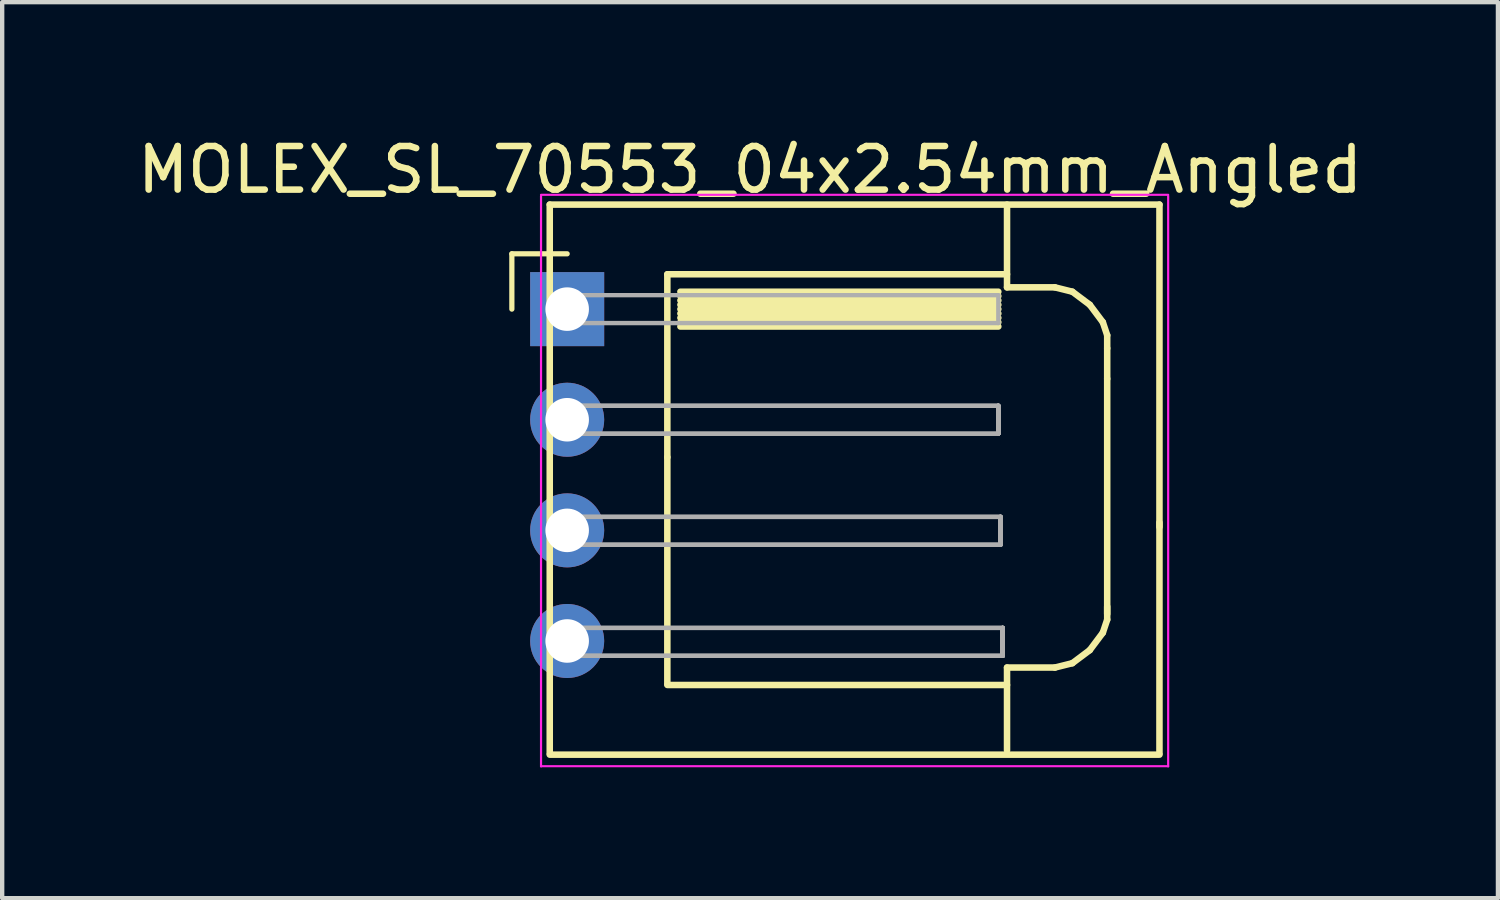
<source format=kicad_pcb>
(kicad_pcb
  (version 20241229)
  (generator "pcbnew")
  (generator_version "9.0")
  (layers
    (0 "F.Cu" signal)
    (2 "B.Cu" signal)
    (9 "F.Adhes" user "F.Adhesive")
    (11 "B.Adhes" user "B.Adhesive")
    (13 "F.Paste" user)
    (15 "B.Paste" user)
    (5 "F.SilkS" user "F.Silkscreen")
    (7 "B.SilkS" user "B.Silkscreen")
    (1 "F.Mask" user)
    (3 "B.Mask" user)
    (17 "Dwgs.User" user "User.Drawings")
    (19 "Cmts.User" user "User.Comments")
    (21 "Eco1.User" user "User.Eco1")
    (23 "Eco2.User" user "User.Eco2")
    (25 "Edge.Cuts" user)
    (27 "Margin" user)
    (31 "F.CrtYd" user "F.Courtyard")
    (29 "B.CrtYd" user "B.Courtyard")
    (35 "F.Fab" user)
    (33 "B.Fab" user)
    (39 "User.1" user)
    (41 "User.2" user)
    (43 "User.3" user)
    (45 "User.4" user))
  (footprint "MOLEX_SL_70553_04x2.54mm_Angled"
    (layer "F.Cu")
    (at 9.973 4.048)
    (property "Reference" "MOLEX_SL_70553_04x2.54mm_Angled" (at 4.2 -3.2 0) (layer "F.SilkS") (effects (font (size 1 1) (thickness 0.15))))
    (attr through_hole)
    (fp_line (start -1.27 -1.27) (end 0 -1.27) (stroke (width 0.12) (type solid)) (layer "F.SilkS"))
    (fp_line (start -1.27 0) (end -1.27 -1.27) (stroke (width 0.12) (type solid)) (layer "F.SilkS"))
    (fp_line (start -0.4 -2.4) (end 13.6 -2.4) (stroke (width 0.15) (type solid)) (layer "F.SilkS"))
    (fp_line (start -0.4 5) (end -0.4 -2.4) (stroke (width 0.15) (type solid)) (layer "F.SilkS"))
    (fp_line (start -0.4 5) (end -0.4 10.2) (stroke (width 0.15) (type solid)) (layer "F.SilkS"))
    (fp_line (start 2.3 -0.8) (end 2.3 3.4) (stroke (width 0.15) (type solid)) (layer "F.SilkS"))
    (fp_line (start 2.3 3.4) (end 2.3 8.6) (stroke (width 0.15) (type solid)) (layer "F.SilkS"))
    (fp_line (start 2.3 8.63) (end 10.1 8.63) (stroke (width 0.15) (type solid)) (layer "F.SilkS"))
    (fp_line (start 2.6 -0.4) (end 9.9 -0.4) (stroke (width 0.15) (type solid)) (layer "F.SilkS"))
    (fp_line (start 2.6 -0.2) (end 9.9 -0.2) (stroke (width 0.15) (type solid)) (layer "F.SilkS"))
    (fp_line (start 2.6 0.1) (end 9.9 0.1) (stroke (width 0.15) (type solid)) (layer "F.SilkS"))
    (fp_line (start 2.6 0.3) (end 9.9 0.3) (stroke (width 0.15) (type solid)) (layer "F.SilkS"))
    (fp_line (start 9.9 -0.3) (end 2.6 -0.3) (stroke (width 0.15) (type solid)) (layer "F.SilkS"))
    (fp_line (start 9.9 -0.1) (end 2.6 -0.1) (stroke (width 0.15) (type solid)) (layer "F.SilkS"))
    (fp_line (start 9.9 0) (end 2.6 0) (stroke (width 0.15) (type solid)) (layer "F.SilkS"))
    (fp_line (start 9.9 0.2) (end 2.6 0.2) (stroke (width 0.15) (type solid)) (layer "F.SilkS"))
    (fp_line (start 9.9 0.4) (end 2.6 0.4) (stroke (width 0.15) (type solid)) (layer "F.SilkS"))
    (fp_line (start 10.1 -2.4) (end 10.1 -0.5) (stroke (width 0.15) (type solid)) (layer "F.SilkS"))
    (fp_line (start 10.1 -0.8) (end 2.3 -0.8) (stroke (width 0.15) (type solid)) (layer "F.SilkS"))
    (fp_line (start 10.1 -0.5) (end 11.2 -0.5) (stroke (width 0.15) (type solid)) (layer "F.SilkS"))
    (fp_line (start 10.1 8.23) (end 11.2 8.23) (stroke (width 0.15) (type solid)) (layer "F.SilkS"))
    (fp_line (start 10.1 10.13) (end 10.1 8.23) (stroke (width 0.15) (type solid)) (layer "F.SilkS"))
    (fp_line (start 11.2 -0.5) (end 11.6 -0.4) (stroke (width 0.15) (type solid)) (layer "F.SilkS"))
    (fp_line (start 11.2 8.23) (end 11.6 8.13) (stroke (width 0.15) (type solid)) (layer "F.SilkS"))
    (fp_line (start 11.6 -0.4) (end 12 -0.1) (stroke (width 0.15) (type solid)) (layer "F.SilkS"))
    (fp_line (start 11.6 8.13) (end 12 7.83) (stroke (width 0.15) (type solid)) (layer "F.SilkS"))
    (fp_line (start 12 -0.1) (end 12.3 0.3) (stroke (width 0.15) (type solid)) (layer "F.SilkS"))
    (fp_line (start 12 7.83) (end 12.3 7.43) (stroke (width 0.15) (type solid)) (layer "F.SilkS"))
    (fp_line (start 12.3 0.3) (end 12.4 0.6) (stroke (width 0.15) (type solid)) (layer "F.SilkS"))
    (fp_line (start 12.3 7.43) (end 12.4 7.13) (stroke (width 0.15) (type solid)) (layer "F.SilkS"))
    (fp_line (start 12.4 0.6) (end 12.4 0.9) (stroke (width 0.15) (type solid)) (layer "F.SilkS"))
    (fp_line (start 12.4 1.6) (end 12.4 0.9) (stroke (width 0.15) (type solid)) (layer "F.SilkS"))
    (fp_line (start 12.4 7) (end 12.4 1.6) (stroke (width 0.15) (type solid)) (layer "F.SilkS"))
    (fp_line (start 12.4 7.13) (end 12.4 6.83) (stroke (width 0.15) (type solid)) (layer "F.SilkS"))
    (fp_line (start 13.6 -2.4) (end 13.6 5) (stroke (width 0.15) (type solid)) (layer "F.SilkS"))
    (fp_line (start 13.6 4.9) (end 13.6 10.2) (stroke (width 0.15) (type solid)) (layer "F.SilkS"))
    (fp_line (start 13.6 10.23) (end -0.4 10.23) (stroke (width 0.15) (type solid)) (layer "F.SilkS"))
    (fp_line (start -0.6 -2.625) (end 13.8 -2.625) (stroke (width 0.05) (type solid)) (layer "F.CrtYd"))
    (fp_line (start -0.6 -2.6) (end -0.6 10.5) (stroke (width 0.05) (type solid)) (layer "F.CrtYd"))
    (fp_line (start -0.6 10.495) (end 13.8 10.495) (stroke (width 0.05) (type solid)) (layer "F.CrtYd"))
    (fp_line (start 13.8 -2.6) (end 13.8 10.5) (stroke (width 0.05) (type solid)) (layer "F.CrtYd"))
    (fp_line (start 0 -0.32) (end 0 0.32) (stroke (width 0.1) (type solid)) (layer "F.Fab"))
    (fp_line (start 0 0.32) (end 9.9 0.32) (stroke (width 0.1) (type solid)) (layer "F.Fab"))
    (fp_line (start 0 2.22) (end 0 2.86) (stroke (width 0.1) (type solid)) (layer "F.Fab"))
    (fp_line (start 0 2.22) (end 0 2.86) (stroke (width 0.1) (type solid)) (layer "F.Fab"))
    (fp_line (start 0 2.86) (end 9.9 2.86) (stroke (width 0.1) (type solid)) (layer "F.Fab"))
    (fp_line (start 0 2.86) (end 9.9 2.86) (stroke (width 0.1) (type solid)) (layer "F.Fab"))
    (fp_line (start 0.05 4.77) (end 0.05 5.41) (stroke (width 0.1) (type solid)) (layer "F.Fab"))
    (fp_line (start 0.05 4.77) (end 0.05 5.41) (stroke (width 0.1) (type solid)) (layer "F.Fab"))
    (fp_line (start 0.05 5.41) (end 9.95 5.41) (stroke (width 0.1) (type solid)) (layer "F.Fab"))
    (fp_line (start 0.05 5.41) (end 9.95 5.41) (stroke (width 0.1) (type solid)) (layer "F.Fab"))
    (fp_line (start 0.1 7.32) (end 0.1 7.96) (stroke (width 0.1) (type solid)) (layer "F.Fab"))
    (fp_line (start 0.1 7.32) (end 0.1 7.96) (stroke (width 0.1) (type solid)) (layer "F.Fab"))
    (fp_line (start 0.1 7.96) (end 10 7.96) (stroke (width 0.1) (type solid)) (layer "F.Fab"))
    (fp_line (start 0.1 7.96) (end 10 7.96) (stroke (width 0.1) (type solid)) (layer "F.Fab"))
    (fp_line (start 9.9 -0.32) (end 0 -0.32) (stroke (width 0.1) (type solid)) (layer "F.Fab"))
    (fp_line (start 9.9 0.32) (end 9.9 -0.32) (stroke (width 0.1) (type solid)) (layer "F.Fab"))
    (fp_line (start 9.9 2.22) (end 0 2.22) (stroke (width 0.1) (type solid)) (layer "F.Fab"))
    (fp_line (start 9.9 2.22) (end 0 2.22) (stroke (width 0.1) (type solid)) (layer "F.Fab"))
    (fp_line (start 9.9 2.86) (end 9.9 2.22) (stroke (width 0.1) (type solid)) (layer "F.Fab"))
    (fp_line (start 9.9 2.86) (end 9.9 2.22) (stroke (width 0.1) (type solid)) (layer "F.Fab"))
    (fp_line (start 9.9 2.86) (end 9.9 2.22) (stroke (width 0.1) (type solid)) (layer "F.Fab"))
    (fp_line (start 9.9 2.86) (end 9.9 2.22) (stroke (width 0.1) (type solid)) (layer "F.Fab"))
    (fp_line (start 9.9 2.86) (end 9.9 2.22) (stroke (width 0.1) (type solid)) (layer "F.Fab"))
    (fp_line (start 9.9 2.86) (end 9.9 2.22) (stroke (width 0.1) (type solid)) (layer "F.Fab"))
    (fp_line (start 9.9 2.86) (end 9.9 2.22) (stroke (width 0.1) (type solid)) (layer "F.Fab"))
    (fp_line (start 9.9 2.86) (end 9.9 2.22) (stroke (width 0.1) (type solid)) (layer "F.Fab"))
    (fp_line (start 9.95 4.77) (end 0.05 4.77) (stroke (width 0.1) (type solid)) (layer "F.Fab"))
    (fp_line (start 9.95 4.77) (end 0.05 4.77) (stroke (width 0.1) (type solid)) (layer "F.Fab"))
    (fp_line (start 9.95 5.41) (end 9.95 4.77) (stroke (width 0.1) (type solid)) (layer "F.Fab"))
    (fp_line (start 9.95 5.41) (end 9.95 4.77) (stroke (width 0.1) (type solid)) (layer "F.Fab"))
    (fp_line (start 9.95 5.41) (end 9.95 4.77) (stroke (width 0.1) (type solid)) (layer "F.Fab"))
    (fp_line (start 9.95 5.41) (end 9.95 4.77) (stroke (width 0.1) (type solid)) (layer "F.Fab"))
    (fp_line (start 9.95 5.41) (end 9.95 4.77) (stroke (width 0.1) (type solid)) (layer "F.Fab"))
    (fp_line (start 9.95 5.41) (end 9.95 4.77) (stroke (width 0.1) (type solid)) (layer "F.Fab"))
    (fp_line (start 9.95 5.41) (end 9.95 4.77) (stroke (width 0.1) (type solid)) (layer "F.Fab"))
    (fp_line (start 9.95 5.41) (end 9.95 4.77) (stroke (width 0.1) (type solid)) (layer "F.Fab"))
    (fp_line (start 10 7.32) (end 0.1 7.32) (stroke (width 0.1) (type solid)) (layer "F.Fab"))
    (fp_line (start 10 7.32) (end 0.1 7.32) (stroke (width 0.1) (type solid)) (layer "F.Fab"))
    (fp_line (start 10 7.96) (end 10 7.32) (stroke (width 0.1) (type solid)) (layer "F.Fab"))
    (fp_line (start 10 7.96) (end 10 7.32) (stroke (width 0.1) (type solid)) (layer "F.Fab"))
    (fp_line (start 10 7.96) (end 10 7.32) (stroke (width 0.1) (type solid)) (layer "F.Fab"))
    (fp_line (start 10 7.96) (end 10 7.32) (stroke (width 0.1) (type solid)) (layer "F.Fab"))
    (fp_line (start 10 7.96) (end 10 7.32) (stroke (width 0.1) (type solid)) (layer "F.Fab"))
    (fp_line (start 10 7.96) (end 10 7.32) (stroke (width 0.1) (type solid)) (layer "F.Fab"))
    (fp_line (start 10 7.96) (end 10 7.32) (stroke (width 0.1) (type solid)) (layer "F.Fab"))
    (fp_line (start 10 7.96) (end 10 7.32) (stroke (width 0.1) (type solid)) (layer "F.Fab"))
    (pad "1" thru_hole rect (at 0 0) (size 1.7 1.7) (drill 1) (layers "*.Cu" "*.Mask"))
    (pad "2" thru_hole oval (at 0 2.54) (size 1.7 1.7) (drill 1) (layers "*.Cu" "*.Mask"))
    (pad "3" thru_hole oval (at 0 5.08) (size 1.7 1.7) (drill 1) (layers "*.Cu" "*.Mask"))
    (pad "4" thru_hole oval (at 0 7.62) (size 1.7 1.7) (drill 1) (layers "*.Cu" "*.Mask")))
  (gr_rect
    (start -3 -3)
    (end 31.345 17.573)
    (stroke (width 0.1) (type default))
    (fill no)
    (layer "Edge.Cuts")))
</source>
